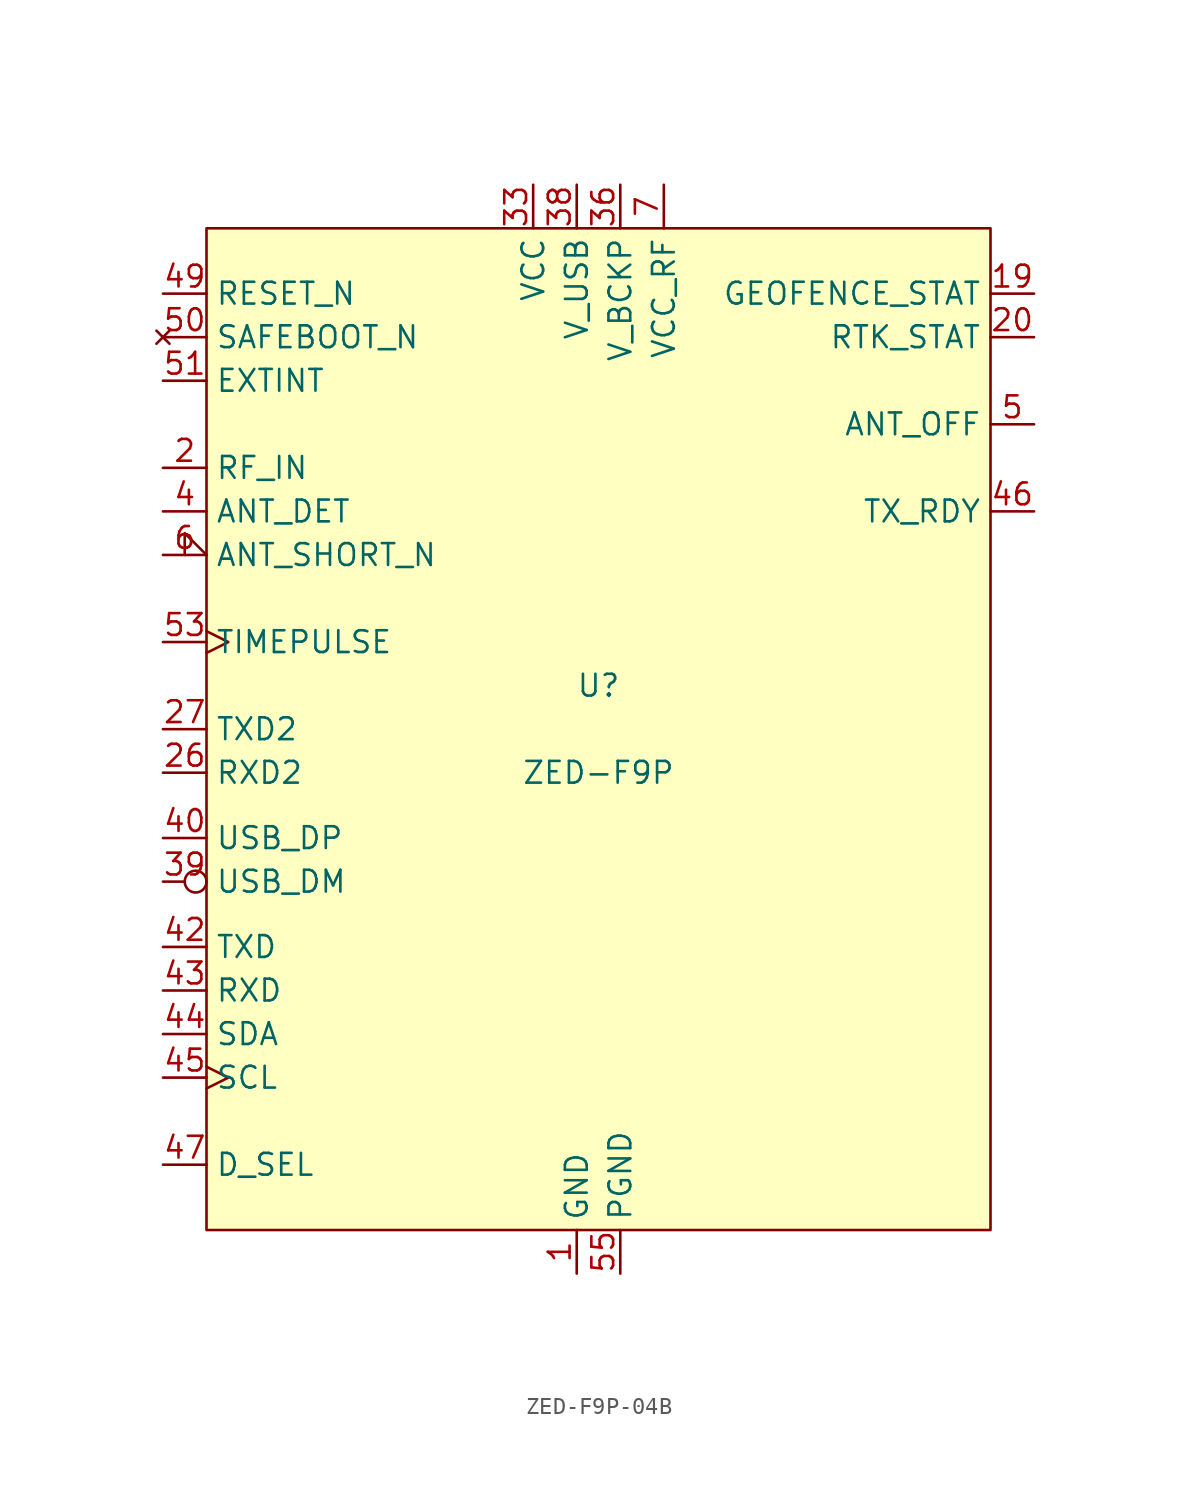
<source format=kicad_sym>
(kicad_symbol_lib
  (version 20231120)
  (generator "kicad_symbol_editor")
  (generator_version "8.0")
  (symbol "ZED-F9P-04B"
    (property "Reference" "U"
      (at 0 2.54 0)
      (do_not_autoplace)
      (effects (font (size 1.27 1.27))))
    (property "Value" "ZED-F9P"
      (at 0 -2.54 0)
      (do_not_autoplace)
      (effects (font (size 1.27 1.27))))
    (symbol "ZED-F9P-04B_0_0"
      (pin passive line (at -1.27 -31.75 90) (length 2.54) (name "GND" (effects (font (size 1.27 1.27)))) (number "1" (effects (font (size 1.27 1.27)))))
      (pin no_connect line (at 25.4 -25.4 180) (length 2.54) hide (name "Reserved" (effects (font (size 1.27 1.27)))) (number "11" (effects (font (size 1.27 1.27)))))
      (pin passive line (at -1.27 -31.75 90) (length 2.54) hide (name "GND" (effects (font (size 1.27 1.27)))) (number "12" (effects (font (size 1.27 1.27)))))
      (pin passive line (at -1.27 -31.75 90) (length 2.54) hide (name "GND" (effects (font (size 1.27 1.27)))) (number "14" (effects (font (size 1.27 1.27)))))
      (pin no_connect line (at 25.4 -25.4 180) (length 2.54) hide (name "Reserved" (effects (font (size 1.27 1.27)))) (number "18" (effects (font (size 1.27 1.27)))))
      (pin output line (at 25.4 25.4 180) (length 2.54) (name "GEOFENCE_STAT" (effects (font (size 1.27 1.27)))) (number "19" (effects (font (size 1.27 1.27)))))
      (pin input line (at -25.4 15.24 0) (length 2.54) (name "RF_IN" (effects (font (size 1.27 1.27)))) (number "2" (effects (font (size 1.27 1.27)))))
      (pin output line (at 25.4 22.86 180) (length 2.54) (name "RTK_STAT" (effects (font (size 1.27 1.27)))) (number "20" (effects (font (size 1.27 1.27)))))
      (pin input line (at -25.4 -2.54 0) (length 2.54) (name "RXD2" (effects (font (size 1.27 1.27)))) (number "26" (effects (font (size 1.27 1.27)))))
      (pin output line (at -25.4 0 0) (length 2.54) (name "TXD2" (effects (font (size 1.27 1.27)))) (number "27" (effects (font (size 1.27 1.27)))))
      (pin passive line (at -1.27 -31.75 90) (length 2.54) hide (name "GND" (effects (font (size 1.27 1.27)))) (number "3" (effects (font (size 1.27 1.27)))))
      (pin passive line (at -1.27 -31.75 90) (length 2.54) hide (name "GND" (effects (font (size 1.27 1.27)))) (number "32" (effects (font (size 1.27 1.27)))))
      (pin power_in line (at -3.81 31.75 270) (length 2.54) (name "VCC" (effects (font (size 1.27 1.27)))) (number "33" (effects (font (size 1.27 1.27)))))
      (pin power_in line (at -3.81 31.75 270) (length 2.54) hide (name "VCC" (effects (font (size 1.27 1.27)))) (number "34" (effects (font (size 1.27 1.27)))))
      (pin power_in line (at 1.27 31.75 270) (length 2.54) (name "V_BCKP" (effects (font (size 1.27 1.27)))) (number "36" (effects (font (size 1.27 1.27)))))
      (pin passive line (at -1.27 -31.75 90) (length 2.54) hide (name "GND" (effects (font (size 1.27 1.27)))) (number "37" (effects (font (size 1.27 1.27)))))
      (pin power_in line (at -1.27 31.75 270) (length 2.54) (name "V_USB" (effects (font (size 1.27 1.27)))) (number "38" (effects (font (size 1.27 1.27)))))
      (pin bidirectional inverted (at -25.4 -8.89 0) (length 2.54) (name "USB_DM" (effects (font (size 1.27 1.27)))) (number "39" (effects (font (size 1.27 1.27)))))
      (pin input line (at -25.4 12.7 0) (length 2.54) (name "ANT_DET" (effects (font (size 1.27 1.27)))) (number "4" (effects (font (size 1.27 1.27)))))
      (pin bidirectional line (at -25.4 -6.35 0) (length 2.54) (name "USB_DP" (effects (font (size 1.27 1.27)))) (number "40" (effects (font (size 1.27 1.27)))))
      (pin passive line (at -1.27 -31.75 90) (length 2.54) hide (name "GND" (effects (font (size 1.27 1.27)))) (number "41" (effects (font (size 1.27 1.27)))))
      (pin output line (at 25.4 12.7 180) (length 2.54) (name "TX_RDY" (effects (font (size 1.27 1.27)))) (number "46" (effects (font (size 1.27 1.27)))))
      (pin input line (at -25.4 -25.4 0) (length 2.54) (name "D_SEL" (effects (font (size 1.27 1.27)))) (number "47" (effects (font (size 1.27 1.27)))))
      (pin passive line (at -1.27 -31.75 90) (length 2.54) hide (name "GND" (effects (font (size 1.27 1.27)))) (number "48" (effects (font (size 1.27 1.27)))))
      (pin input line (at -25.4 25.4 0) (length 2.54) (name "RESET_N" (effects (font (size 1.27 1.27)))) (number "49" (effects (font (size 1.27 1.27)))))
      (pin output line (at 25.4 17.78 180) (length 2.54) (name "ANT_OFF" (effects (font (size 1.27 1.27)))) (number "5" (effects (font (size 1.27 1.27)))))
      (pin no_connect line (at -25.4 22.86 0) (length 2.54) (name "SAFEBOOT_N" (effects (font (size 1.27 1.27)))) (number "50" (effects (font (size 1.27 1.27)))))
      (pin input line (at -25.4 20.32 0) (length 2.54) (name "EXTINT" (effects (font (size 1.27 1.27)))) (number "51" (effects (font (size 1.27 1.27)))))
      (pin input clock (at -25.4 5.08 0) (length 2.54) (name "TIMEPULSE" (effects (font (size 1.27 1.27)))) (number "53" (effects (font (size 1.27 1.27)))))
      (pin input input_low (at -25.4 10.16 0) (length 2.54) (name "ANT_SHORT_N" (effects (font (size 1.27 1.27)))) (number "6" (effects (font (size 1.27 1.27)))))
      (pin power_out line (at 3.81 31.75 270) (length 2.54) (name "VCC_RF" (effects (font (size 1.27 1.27)))) (number "7" (effects (font (size 1.27 1.27))))))
    (symbol "ZED-F9P-04B_1_0"
      (pin no_connect line (at 25.4 -25.4 180) (length 2.54) hide (name "Reserved" (effects (font (size 1.27 1.27)))) (number "10" (effects (font (size 1.27 1.27)))))
      (pin passive line (at 1.27 -31.75 90) (length 2.54) hide (name "PGND" (effects (font (size 1.27 1.27)))) (number "100" (effects (font (size 1.27 1.27)))))
      (pin passive line (at 1.27 -31.75 90) (length 2.54) hide (name "PGND" (effects (font (size 1.27 1.27)))) (number "101" (effects (font (size 1.27 1.27)))))
      (pin passive line (at 1.27 -31.75 90) (length 2.54) hide (name "PGND" (effects (font (size 1.27 1.27)))) (number "102" (effects (font (size 1.27 1.27)))))
      (pin no_connect line (at 25.4 -25.4 180) (length 2.54) hide (name "Reserved" (effects (font (size 1.27 1.27)))) (number "13" (effects (font (size 1.27 1.27)))))
      (pin no_connect line (at 25.4 -25.4 180) (length 2.54) hide (name "Reserved" (effects (font (size 1.27 1.27)))) (number "15" (effects (font (size 1.27 1.27)))))
      (pin no_connect line (at 25.4 -25.4 180) (length 2.54) hide (name "Reserved" (effects (font (size 1.27 1.27)))) (number "16" (effects (font (size 1.27 1.27)))))
      (pin no_connect line (at 25.4 -25.4 180) (length 2.54) hide (name "Reserved" (effects (font (size 1.27 1.27)))) (number "17" (effects (font (size 1.27 1.27)))))
      (pin no_connect line (at 25.4 -25.4 180) (length 2.54) hide (name "Reserved" (effects (font (size 1.27 1.27)))) (number "21" (effects (font (size 1.27 1.27)))))
      (pin no_connect line (at 25.4 -25.4 180) (length 2.54) hide (name "Reserved" (effects (font (size 1.27 1.27)))) (number "22" (effects (font (size 1.27 1.27)))))
      (pin no_connect line (at 25.4 -25.4 180) (length 2.54) hide (name "Reserved" (effects (font (size 1.27 1.27)))) (number "23" (effects (font (size 1.27 1.27)))))
      (pin no_connect line (at 25.4 -25.4 180) (length 2.54) hide (name "Reserved" (effects (font (size 1.27 1.27)))) (number "24" (effects (font (size 1.27 1.27)))))
      (pin no_connect line (at 25.4 -25.4 180) (length 2.54) hide (name "Reserved" (effects (font (size 1.27 1.27)))) (number "25" (effects (font (size 1.27 1.27)))))
      (pin no_connect line (at 25.4 -25.4 180) (length 2.54) hide (name "Reserved" (effects (font (size 1.27 1.27)))) (number "28" (effects (font (size 1.27 1.27)))))
      (pin no_connect line (at 25.4 -25.4 180) (length 2.54) hide (name "Reserved" (effects (font (size 1.27 1.27)))) (number "29" (effects (font (size 1.27 1.27)))))
      (pin no_connect line (at 25.4 -25.4 180) (length 2.54) hide (name "Reserved" (effects (font (size 1.27 1.27)))) (number "30" (effects (font (size 1.27 1.27)))))
      (pin no_connect line (at 25.4 -25.4 180) (length 2.54) hide (name "Reserved" (effects (font (size 1.27 1.27)))) (number "31" (effects (font (size 1.27 1.27)))))
      (pin no_connect line (at 25.4 -25.4 180) (length 2.54) hide (name "Reserved" (effects (font (size 1.27 1.27)))) (number "35" (effects (font (size 1.27 1.27)))))
      (pin output line (at -25.4 -12.7 0) (length 2.54) (name "TXD" (effects (font (size 1.27 1.27)))) (number "42" (effects (font (size 1.27 1.27)))) (alternate "SPI_SDO" output line))
      (pin input line (at -25.4 -15.24 0) (length 2.54) (name "RXD" (effects (font (size 1.27 1.27)))) (number "43" (effects (font (size 1.27 1.27)))) (alternate "SPI_SDI" input line))
      (pin bidirectional line (at -25.4 -17.78 0) (length 2.54) (name "SDA" (effects (font (size 1.27 1.27)))) (number "44" (effects (font (size 1.27 1.27)))) (alternate "SPI_CS_N" input input_low))
      (pin input clock (at -25.4 -20.32 0) (length 2.54) (name "SCL" (effects (font (size 1.27 1.27)))) (number "45" (effects (font (size 1.27 1.27)))) (alternate "SPI_CLK" input clock))
      (pin no_connect line (at 25.4 -25.4 180) (length 2.54) hide (name "Reserved" (effects (font (size 1.27 1.27)))) (number "52" (effects (font (size 1.27 1.27)))))
      (pin no_connect line (at 25.4 -25.4 180) (length 2.54) hide (name "Reserved" (effects (font (size 1.27 1.27)))) (number "54" (effects (font (size 1.27 1.27)))))
      (pin passive line (at 1.27 -31.75 90) (length 2.54) (name "PGND" (effects (font (size 1.27 1.27)))) (number "55" (effects (font (size 1.27 1.27)))))
      (pin passive line (at 1.27 -31.75 90) (length 2.54) hide (name "PGND" (effects (font (size 1.27 1.27)))) (number "56" (effects (font (size 1.27 1.27)))))
      (pin passive line (at 1.27 -31.75 90) (length 2.54) hide (name "PGND" (effects (font (size 1.27 1.27)))) (number "57" (effects (font (size 1.27 1.27)))))
      (pin passive line (at 1.27 -31.75 90) (length 2.54) hide (name "PGND" (effects (font (size 1.27 1.27)))) (number "58" (effects (font (size 1.27 1.27)))))
      (pin passive line (at 1.27 -31.75 90) (length 2.54) hide (name "PGND" (effects (font (size 1.27 1.27)))) (number "59" (effects (font (size 1.27 1.27)))))
      (pin passive line (at 1.27 -31.75 90) (length 2.54) hide (name "PGND" (effects (font (size 1.27 1.27)))) (number "60" (effects (font (size 1.27 1.27)))))
      (pin passive line (at 1.27 -31.75 90) (length 2.54) hide (name "PGND" (effects (font (size 1.27 1.27)))) (number "61" (effects (font (size 1.27 1.27)))))
      (pin passive line (at 1.27 -31.75 90) (length 2.54) hide (name "PGND" (effects (font (size 1.27 1.27)))) (number "62" (effects (font (size 1.27 1.27)))))
      (pin passive line (at 1.27 -31.75 90) (length 2.54) hide (name "PGND" (effects (font (size 1.27 1.27)))) (number "63" (effects (font (size 1.27 1.27)))))
      (pin passive line (at 1.27 -31.75 90) (length 2.54) hide (name "PGND" (effects (font (size 1.27 1.27)))) (number "64" (effects (font (size 1.27 1.27)))))
      (pin passive line (at 1.27 -31.75 90) (length 2.54) hide (name "PGND" (effects (font (size 1.27 1.27)))) (number "65" (effects (font (size 1.27 1.27)))))
      (pin passive line (at 1.27 -31.75 90) (length 2.54) hide (name "PGND" (effects (font (size 1.27 1.27)))) (number "66" (effects (font (size 1.27 1.27)))))
      (pin passive line (at 1.27 -31.75 90) (length 2.54) hide (name "PGND" (effects (font (size 1.27 1.27)))) (number "67" (effects (font (size 1.27 1.27)))))
      (pin passive line (at 1.27 -31.75 90) (length 2.54) hide (name "PGND" (effects (font (size 1.27 1.27)))) (number "68" (effects (font (size 1.27 1.27)))))
      (pin passive line (at 1.27 -31.75 90) (length 2.54) hide (name "PGND" (effects (font (size 1.27 1.27)))) (number "69" (effects (font (size 1.27 1.27)))))
      (pin passive line (at 1.27 -31.75 90) (length 2.54) hide (name "PGND" (effects (font (size 1.27 1.27)))) (number "70" (effects (font (size 1.27 1.27)))))
      (pin passive line (at 1.27 -31.75 90) (length 2.54) hide (name "PGND" (effects (font (size 1.27 1.27)))) (number "71" (effects (font (size 1.27 1.27)))))
      (pin passive line (at 1.27 -31.75 90) (length 2.54) hide (name "PGND" (effects (font (size 1.27 1.27)))) (number "72" (effects (font (size 1.27 1.27)))))
      (pin passive line (at 1.27 -31.75 90) (length 2.54) hide (name "PGND" (effects (font (size 1.27 1.27)))) (number "73" (effects (font (size 1.27 1.27)))))
      (pin passive line (at 1.27 -31.75 90) (length 2.54) hide (name "PGND" (effects (font (size 1.27 1.27)))) (number "74" (effects (font (size 1.27 1.27)))))
      (pin passive line (at 1.27 -31.75 90) (length 2.54) hide (name "PGND" (effects (font (size 1.27 1.27)))) (number "75" (effects (font (size 1.27 1.27)))))
      (pin passive line (at 1.27 -31.75 90) (length 2.54) hide (name "PGND" (effects (font (size 1.27 1.27)))) (number "76" (effects (font (size 1.27 1.27)))))
      (pin passive line (at 1.27 -31.75 90) (length 2.54) hide (name "PGND" (effects (font (size 1.27 1.27)))) (number "77" (effects (font (size 1.27 1.27)))))
      (pin passive line (at 1.27 -31.75 90) (length 2.54) hide (name "PGND" (effects (font (size 1.27 1.27)))) (number "78" (effects (font (size 1.27 1.27)))))
      (pin passive line (at 1.27 -31.75 90) (length 2.54) hide (name "PGND" (effects (font (size 1.27 1.27)))) (number "79" (effects (font (size 1.27 1.27)))))
      (pin no_connect line (at 25.4 -25.4 180) (length 2.54) hide (name "Reserved" (effects (font (size 1.27 1.27)))) (number "8" (effects (font (size 1.27 1.27)))))
      (pin passive line (at 1.27 -31.75 90) (length 2.54) hide (name "PGND" (effects (font (size 1.27 1.27)))) (number "80" (effects (font (size 1.27 1.27)))))
      (pin passive line (at 1.27 -31.75 90) (length 2.54) hide (name "PGND" (effects (font (size 1.27 1.27)))) (number "81" (effects (font (size 1.27 1.27)))))
      (pin passive line (at 1.27 -31.75 90) (length 2.54) hide (name "PGND" (effects (font (size 1.27 1.27)))) (number "82" (effects (font (size 1.27 1.27)))))
      (pin passive line (at 1.27 -31.75 90) (length 2.54) hide (name "PGND" (effects (font (size 1.27 1.27)))) (number "83" (effects (font (size 1.27 1.27)))))
      (pin passive line (at 1.27 -31.75 90) (length 2.54) hide (name "PGND" (effects (font (size 1.27 1.27)))) (number "84" (effects (font (size 1.27 1.27)))))
      (pin passive line (at 1.27 -31.75 90) (length 2.54) hide (name "PGND" (effects (font (size 1.27 1.27)))) (number "85" (effects (font (size 1.27 1.27)))))
      (pin passive line (at 1.27 -31.75 90) (length 2.54) hide (name "PGND" (effects (font (size 1.27 1.27)))) (number "86" (effects (font (size 1.27 1.27)))))
      (pin passive line (at 1.27 -31.75 90) (length 2.54) hide (name "PGND" (effects (font (size 1.27 1.27)))) (number "87" (effects (font (size 1.27 1.27)))))
      (pin passive line (at 1.27 -31.75 90) (length 2.54) hide (name "PGND" (effects (font (size 1.27 1.27)))) (number "88" (effects (font (size 1.27 1.27)))))
      (pin passive line (at 1.27 -31.75 90) (length 2.54) hide (name "PGND" (effects (font (size 1.27 1.27)))) (number "89" (effects (font (size 1.27 1.27)))))
      (pin no_connect line (at 25.4 -25.4 180) (length 2.54) hide (name "Reserved" (effects (font (size 1.27 1.27)))) (number "9" (effects (font (size 1.27 1.27)))))
      (pin passive line (at 1.27 -31.75 90) (length 2.54) hide (name "PGND" (effects (font (size 1.27 1.27)))) (number "90" (effects (font (size 1.27 1.27)))))
      (pin passive line (at 1.27 -31.75 90) (length 2.54) hide (name "PGND" (effects (font (size 1.27 1.27)))) (number "91" (effects (font (size 1.27 1.27)))))
      (pin passive line (at 1.27 -31.75 90) (length 2.54) hide (name "PGND" (effects (font (size 1.27 1.27)))) (number "92" (effects (font (size 1.27 1.27)))))
      (pin passive line (at 1.27 -31.75 90) (length 2.54) hide (name "PGND" (effects (font (size 1.27 1.27)))) (number "93" (effects (font (size 1.27 1.27)))))
      (pin passive line (at 1.27 -31.75 90) (length 2.54) hide (name "PGND" (effects (font (size 1.27 1.27)))) (number "94" (effects (font (size 1.27 1.27)))))
      (pin passive line (at 1.27 -31.75 90) (length 2.54) hide (name "PGND" (effects (font (size 1.27 1.27)))) (number "95" (effects (font (size 1.27 1.27)))))
      (pin passive line (at 1.27 -31.75 90) (length 2.54) hide (name "PGND" (effects (font (size 1.27 1.27)))) (number "96" (effects (font (size 1.27 1.27)))))
      (pin passive line (at 1.27 -31.75 90) (length 2.54) hide (name "PGND" (effects (font (size 1.27 1.27)))) (number "97" (effects (font (size 1.27 1.27)))))
      (pin passive line (at 1.27 -31.75 90) (length 2.54) hide (name "PGND" (effects (font (size 1.27 1.27)))) (number "98" (effects (font (size 1.27 1.27)))))
      (pin passive line (at 1.27 -31.75 90) (length 2.54) hide (name "PGND" (effects (font (size 1.27 1.27)))) (number "99" (effects (font (size 1.27 1.27))))))
    (symbol "ZED-F9P-04B_1_1"
      (rectangle (start -22.86 29.21) (end 22.86 -29.21) (stroke (width 0) (type default)) (fill (type background))))))
</source>
